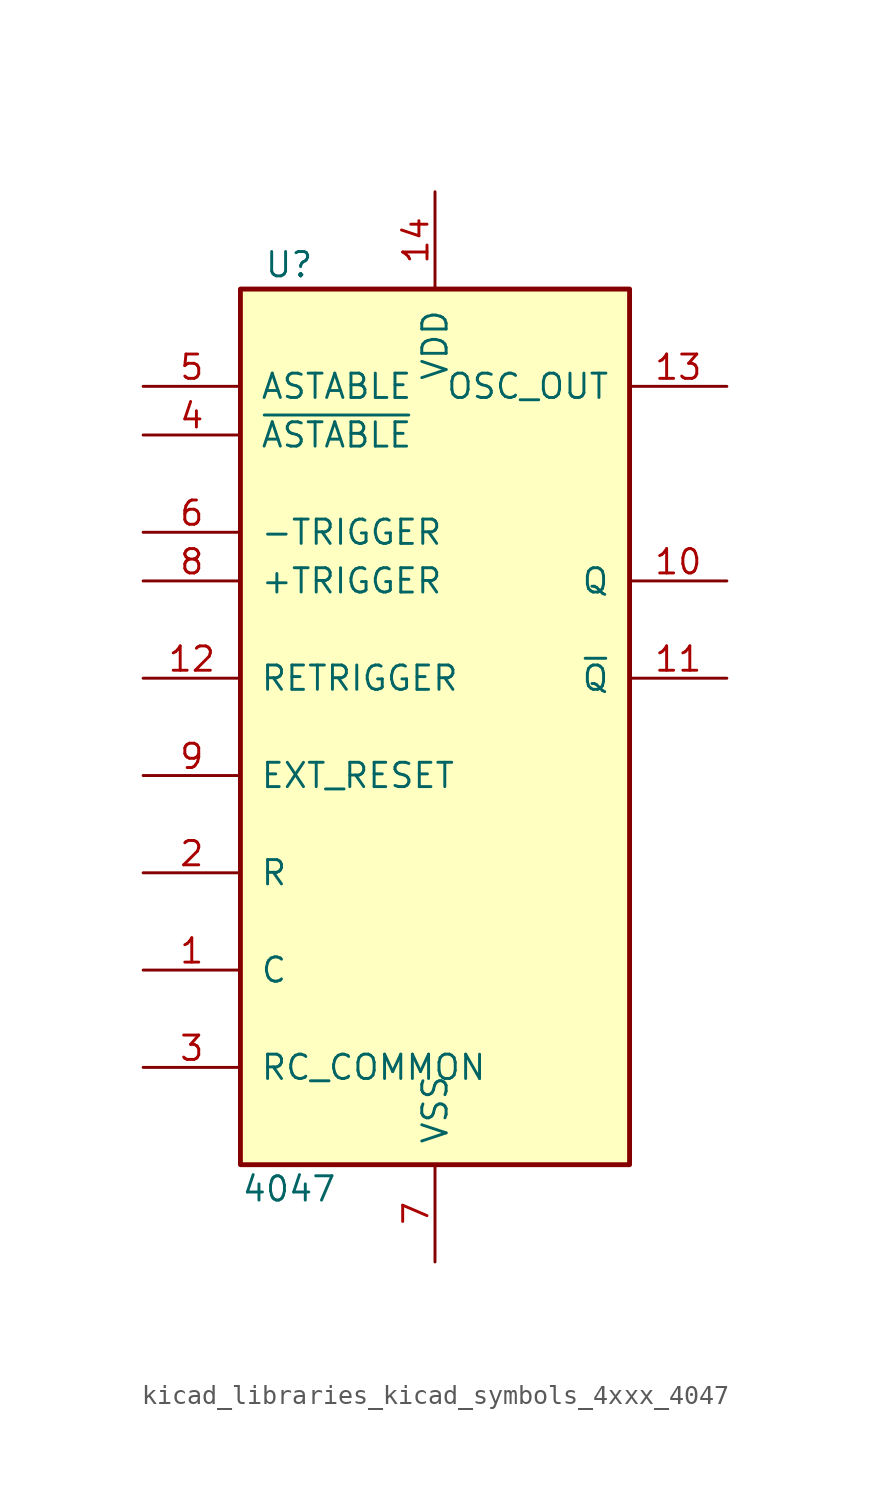
<source format=kicad_sym>
(kicad_symbol_lib
  (version 20220914)
  (generator kicad_symbol_editor)
  (symbol "kicad_libraries_kicad_symbols_4xxx_4047"
    (pin_names
      (offset 1.016))
    (property "Reference" "U"
      (at -7.62 24.13 0)
      (effects (font (size 1.27 1.27))))
    (property "Value" "4047"
      (at -7.62 -24.13 0)
      (effects (font (size 1.27 1.27))))
    (property "ki_locked" ""
      (at 0 0 0)
      (effects (font (size 1.27 1.27))))
    (symbol "kicad_libraries_kicad_symbols_4xxx_4047_1_0"
      (pin input line (at -15.24 -12.7 0) (length 5.08) (name "C" (effects (font (size 1.27 1.27)))) (number "1" (effects (font (size 1.27 1.27)))))
      (pin output line (at 15.24 7.62 180) (length 5.08) (name "Q" (effects (font (size 1.27 1.27)))) (number "10" (effects (font (size 1.27 1.27)))))
      (pin output line (at 15.24 2.54 180) (length 5.08) (name "~{Q}" (effects (font (size 1.27 1.27)))) (number "11" (effects (font (size 1.27 1.27)))))
      (pin input line (at -15.24 2.54 0) (length 5.08) (name "RETRIGGER" (effects (font (size 1.27 1.27)))) (number "12" (effects (font (size 1.27 1.27)))))
      (pin output line (at 15.24 17.78 180) (length 5.08) (name "OSC_OUT" (effects (font (size 1.27 1.27)))) (number "13" (effects (font (size 1.27 1.27)))))
      (pin power_in line (at 0 27.94 270) (length 5.08) (name "VDD" (effects (font (size 1.27 1.27)))) (number "14" (effects (font (size 1.27 1.27)))))
      (pin input line (at -15.24 -7.62 0) (length 5.08) (name "R" (effects (font (size 1.27 1.27)))) (number "2" (effects (font (size 1.27 1.27)))))
      (pin input line (at -15.24 -17.78 0) (length 5.08) (name "RC_COMMON" (effects (font (size 1.27 1.27)))) (number "3" (effects (font (size 1.27 1.27)))))
      (pin input line (at -15.24 15.24 0) (length 5.08) (name "~{ASTABLE}" (effects (font (size 1.27 1.27)))) (number "4" (effects (font (size 1.27 1.27)))))
      (pin input line (at -15.24 17.78 0) (length 5.08) (name "ASTABLE" (effects (font (size 1.27 1.27)))) (number "5" (effects (font (size 1.27 1.27)))))
      (pin input line (at -15.24 10.16 0) (length 5.08) (name "-TRIGGER" (effects (font (size 1.27 1.27)))) (number "6" (effects (font (size 1.27 1.27)))))
      (pin power_in line (at 0 -27.94 90) (length 5.08) (name "VSS" (effects (font (size 1.27 1.27)))) (number "7" (effects (font (size 1.27 1.27)))))
      (pin input line (at -15.24 7.62 0) (length 5.08) (name "+TRIGGER" (effects (font (size 1.27 1.27)))) (number "8" (effects (font (size 1.27 1.27)))))
      (pin input line (at -15.24 -2.54 0) (length 5.08) (name "EXT_RESET" (effects (font (size 1.27 1.27)))) (number "9" (effects (font (size 1.27 1.27))))))
    (symbol "kicad_libraries_kicad_symbols_4xxx_4047_1_1"
      (rectangle (start -10.16 22.86) (end 10.16 -22.86) (stroke (width 0.254) (type default)) (fill (type background))))))
</source>
